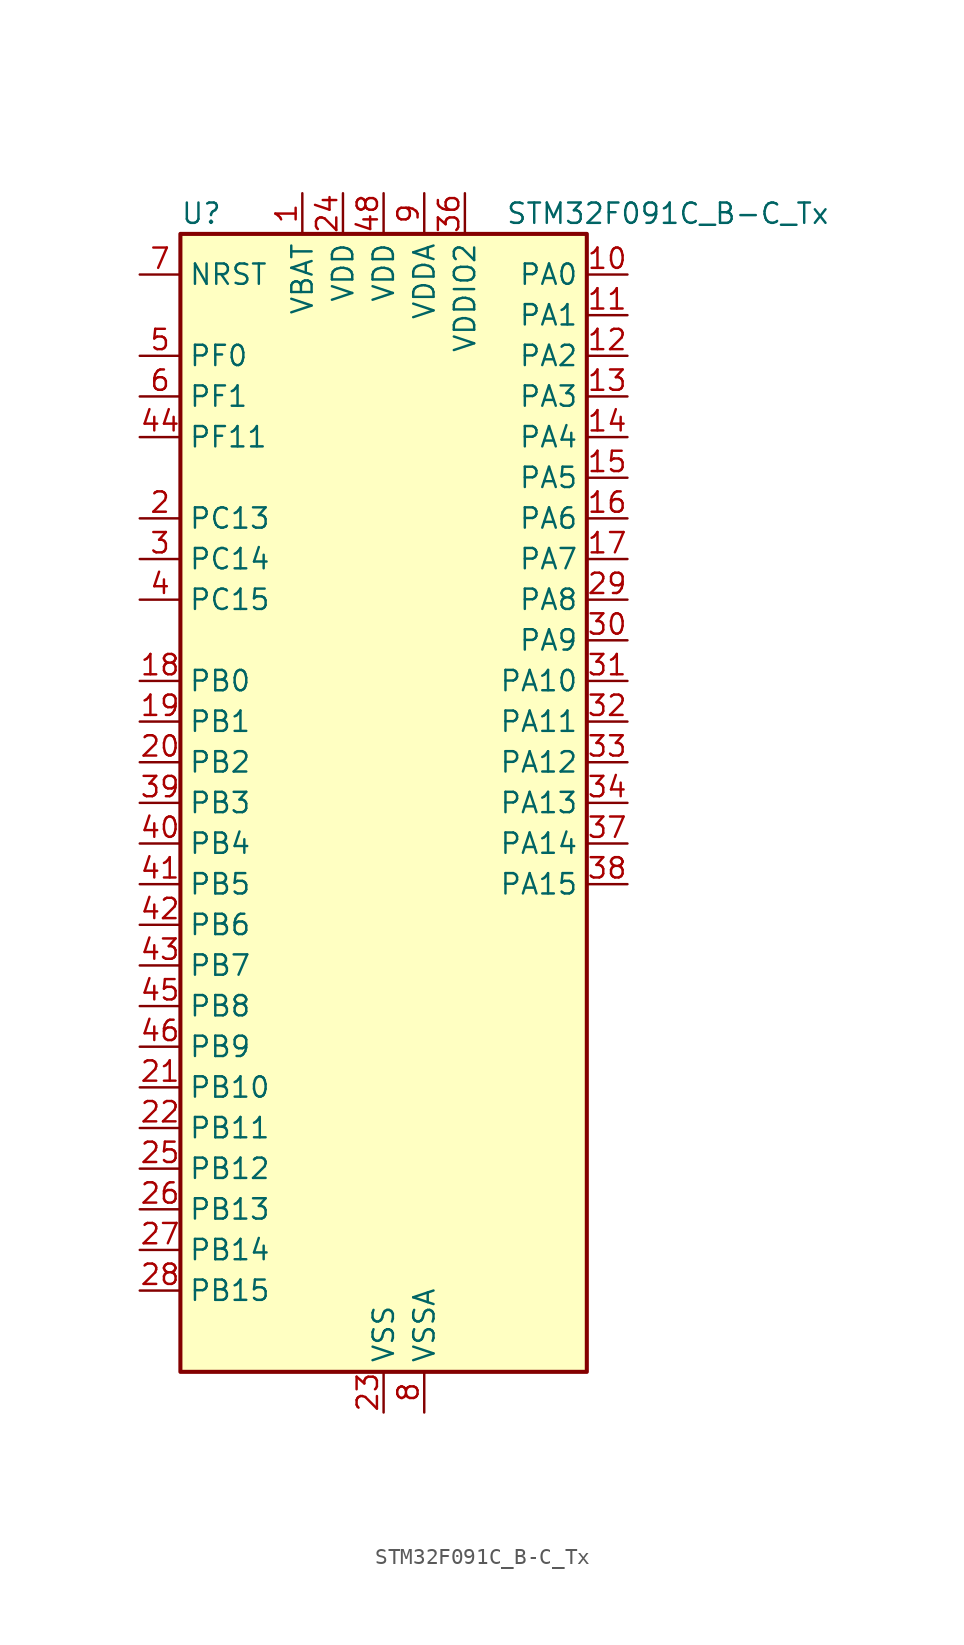
<source format=kicad_sym>
(kicad_symbol_lib
  (version 20231120)
  (generator "kicad_symbol_editor")
  (generator_version "8.0")
  (symbol "STM32F091C_B-C_Tx"
    (property "Reference" "U"
      (at -12.7 36.83 0)
      (effects (font (size 1.27 1.27)) (justify left)))
    (property "Value" "STM32F091C_B-C_Tx"
      (at 7.62 36.83 0)
      (effects (font (size 1.27 1.27)) (justify left)))
    (property "ki_locked" ""
      (at 0 0 0)
      (effects (font (size 1.27 1.27))))
    (symbol "STM32F091C_B-C_Tx_0_1"
      (rectangle (start -12.7 -35.56) (end 12.7 35.56) (stroke (width 0.254) (type default)) (fill (type background))))
    (symbol "STM32F091C_B-C_Tx_1_1"
      (pin power_in line (at -5.08 38.1 270) (length 2.54) (name "VBAT" (effects (font (size 1.27 1.27)))) (number "1" (effects (font (size 1.27 1.27)))))
      (pin bidirectional line (at 15.24 33.02 180) (length 2.54) (name "PA0" (effects (font (size 1.27 1.27)))) (number "10" (effects (font (size 1.27 1.27)))) (alternate "ADC_IN0" bidirectional line) (alternate "COMP1_INM" bidirectional line) (alternate "COMP1_OUT" bidirectional line) (alternate "RTC_TAMP2" bidirectional line) (alternate "SYS_WKUP1" bidirectional line) (alternate "TIM2_CH1" bidirectional line) (alternate "TIM2_ETR" bidirectional line) (alternate "TSC_G1_IO1" bidirectional line) (alternate "USART2_CTS" bidirectional line) (alternate "USART4_TX" bidirectional line))
      (pin bidirectional line (at 15.24 30.48 180) (length 2.54) (name "PA1" (effects (font (size 1.27 1.27)))) (number "11" (effects (font (size 1.27 1.27)))) (alternate "ADC_IN1" bidirectional line) (alternate "COMP1_INP" bidirectional line) (alternate "TIM15_CH1N" bidirectional line) (alternate "TIM2_CH2" bidirectional line) (alternate "TSC_G1_IO2" bidirectional line) (alternate "USART2_DE" bidirectional line) (alternate "USART2_RTS" bidirectional line) (alternate "USART4_RX" bidirectional line))
      (pin bidirectional line (at 15.24 27.94 180) (length 2.54) (name "PA2" (effects (font (size 1.27 1.27)))) (number "12" (effects (font (size 1.27 1.27)))) (alternate "ADC_IN2" bidirectional line) (alternate "COMP2_INM" bidirectional line) (alternate "COMP2_OUT" bidirectional line) (alternate "SYS_WKUP4" bidirectional line) (alternate "TIM15_CH1" bidirectional line) (alternate "TIM2_CH3" bidirectional line) (alternate "TSC_G1_IO3" bidirectional line) (alternate "USART2_TX" bidirectional line))
      (pin bidirectional line (at 15.24 25.4 180) (length 2.54) (name "PA3" (effects (font (size 1.27 1.27)))) (number "13" (effects (font (size 1.27 1.27)))) (alternate "ADC_IN3" bidirectional line) (alternate "COMP2_INP" bidirectional line) (alternate "TIM15_CH2" bidirectional line) (alternate "TIM2_CH4" bidirectional line) (alternate "TSC_G1_IO4" bidirectional line) (alternate "USART2_RX" bidirectional line))
      (pin bidirectional line (at 15.24 22.86 180) (length 2.54) (name "PA4" (effects (font (size 1.27 1.27)))) (number "14" (effects (font (size 1.27 1.27)))) (alternate "ADC_IN4" bidirectional line) (alternate "COMP1_INM" bidirectional line) (alternate "COMP2_INM" bidirectional line) (alternate "DAC_OUT1" bidirectional line) (alternate "I2S1_WS" bidirectional line) (alternate "SPI1_NSS" bidirectional line) (alternate "TIM14_CH1" bidirectional line) (alternate "TSC_G2_IO1" bidirectional line) (alternate "USART2_CK" bidirectional line) (alternate "USART6_TX" bidirectional line))
      (pin bidirectional line (at 15.24 20.32 180) (length 2.54) (name "PA5" (effects (font (size 1.27 1.27)))) (number "15" (effects (font (size 1.27 1.27)))) (alternate "ADC_IN5" bidirectional line) (alternate "CEC" bidirectional line) (alternate "COMP1_INM" bidirectional line) (alternate "COMP2_INM" bidirectional line) (alternate "DAC_OUT2" bidirectional line) (alternate "I2S1_CK" bidirectional line) (alternate "SPI1_SCK" bidirectional line) (alternate "TIM2_CH1" bidirectional line) (alternate "TIM2_ETR" bidirectional line) (alternate "TSC_G2_IO2" bidirectional line) (alternate "USART6_RX" bidirectional line))
      (pin bidirectional line (at 15.24 17.78 180) (length 2.54) (name "PA6" (effects (font (size 1.27 1.27)))) (number "16" (effects (font (size 1.27 1.27)))) (alternate "ADC_IN6" bidirectional line) (alternate "COMP1_OUT" bidirectional line) (alternate "I2S1_MCK" bidirectional line) (alternate "SPI1_MISO" bidirectional line) (alternate "TIM16_CH1" bidirectional line) (alternate "TIM1_BKIN" bidirectional line) (alternate "TIM3_CH1" bidirectional line) (alternate "TSC_G2_IO3" bidirectional line) (alternate "USART3_CTS" bidirectional line))
      (pin bidirectional line (at 15.24 15.24 180) (length 2.54) (name "PA7" (effects (font (size 1.27 1.27)))) (number "17" (effects (font (size 1.27 1.27)))) (alternate "ADC_IN7" bidirectional line) (alternate "COMP2_OUT" bidirectional line) (alternate "I2S1_SD" bidirectional line) (alternate "SPI1_MOSI" bidirectional line) (alternate "TIM14_CH1" bidirectional line) (alternate "TIM17_CH1" bidirectional line) (alternate "TIM1_CH1N" bidirectional line) (alternate "TIM3_CH2" bidirectional line) (alternate "TSC_G2_IO4" bidirectional line))
      (pin bidirectional line (at -15.24 7.62 0) (length 2.54) (name "PB0" (effects (font (size 1.27 1.27)))) (number "18" (effects (font (size 1.27 1.27)))) (alternate "ADC_IN8" bidirectional line) (alternate "TIM1_CH2N" bidirectional line) (alternate "TIM3_CH3" bidirectional line) (alternate "TSC_G3_IO2" bidirectional line) (alternate "USART3_CK" bidirectional line))
      (pin bidirectional line (at -15.24 5.08 0) (length 2.54) (name "PB1" (effects (font (size 1.27 1.27)))) (number "19" (effects (font (size 1.27 1.27)))) (alternate "ADC_IN9" bidirectional line) (alternate "TIM14_CH1" bidirectional line) (alternate "TIM1_CH3N" bidirectional line) (alternate "TIM3_CH4" bidirectional line) (alternate "TSC_G3_IO3" bidirectional line) (alternate "USART3_DE" bidirectional line) (alternate "USART3_RTS" bidirectional line))
      (pin bidirectional line (at -15.24 17.78 0) (length 2.54) (name "PC13" (effects (font (size 1.27 1.27)))) (number "2" (effects (font (size 1.27 1.27)))) (alternate "RTC_OUT_ALARM" bidirectional line) (alternate "RTC_OUT_CALIB" bidirectional line) (alternate "RTC_TAMP1" bidirectional line) (alternate "RTC_TS" bidirectional line) (alternate "SYS_WKUP2" bidirectional line))
      (pin bidirectional line (at -15.24 2.54 0) (length 2.54) (name "PB2" (effects (font (size 1.27 1.27)))) (number "20" (effects (font (size 1.27 1.27)))) (alternate "TSC_G3_IO4" bidirectional line))
      (pin bidirectional line (at -15.24 -17.78 0) (length 2.54) (name "PB10" (effects (font (size 1.27 1.27)))) (number "21" (effects (font (size 1.27 1.27)))) (alternate "CEC" bidirectional line) (alternate "I2C2_SCL" bidirectional line) (alternate "I2S2_CK" bidirectional line) (alternate "SPI2_SCK" bidirectional line) (alternate "TIM2_CH3" bidirectional line) (alternate "TSC_SYNC" bidirectional line) (alternate "USART3_TX" bidirectional line))
      (pin bidirectional line (at -15.24 -20.32 0) (length 2.54) (name "PB11" (effects (font (size 1.27 1.27)))) (number "22" (effects (font (size 1.27 1.27)))) (alternate "I2C2_SDA" bidirectional line) (alternate "TIM2_CH4" bidirectional line) (alternate "TSC_G6_IO1" bidirectional line) (alternate "USART3_RX" bidirectional line))
      (pin power_in line (at 0 -38.1 90) (length 2.54) (name "VSS" (effects (font (size 1.27 1.27)))) (number "23" (effects (font (size 1.27 1.27)))))
      (pin power_in line (at -2.54 38.1 270) (length 2.54) (name "VDD" (effects (font (size 1.27 1.27)))) (number "24" (effects (font (size 1.27 1.27)))))
      (pin bidirectional line (at -15.24 -22.86 0) (length 2.54) (name "PB12" (effects (font (size 1.27 1.27)))) (number "25" (effects (font (size 1.27 1.27)))) (alternate "I2S2_WS" bidirectional line) (alternate "SPI2_NSS" bidirectional line) (alternate "TIM15_BKIN" bidirectional line) (alternate "TIM1_BKIN" bidirectional line) (alternate "TSC_G6_IO2" bidirectional line) (alternate "USART3_CK" bidirectional line))
      (pin bidirectional line (at -15.24 -25.4 0) (length 2.54) (name "PB13" (effects (font (size 1.27 1.27)))) (number "26" (effects (font (size 1.27 1.27)))) (alternate "I2C2_SCL" bidirectional line) (alternate "I2S2_CK" bidirectional line) (alternate "SPI2_SCK" bidirectional line) (alternate "TIM1_CH1N" bidirectional line) (alternate "TSC_G6_IO3" bidirectional line) (alternate "USART3_CTS" bidirectional line))
      (pin bidirectional line (at -15.24 -27.94 0) (length 2.54) (name "PB14" (effects (font (size 1.27 1.27)))) (number "27" (effects (font (size 1.27 1.27)))) (alternate "I2C2_SDA" bidirectional line) (alternate "I2S2_MCK" bidirectional line) (alternate "SPI2_MISO" bidirectional line) (alternate "TIM15_CH1" bidirectional line) (alternate "TIM1_CH2N" bidirectional line) (alternate "TSC_G6_IO4" bidirectional line) (alternate "USART3_DE" bidirectional line) (alternate "USART3_RTS" bidirectional line))
      (pin bidirectional line (at -15.24 -30.48 0) (length 2.54) (name "PB15" (effects (font (size 1.27 1.27)))) (number "28" (effects (font (size 1.27 1.27)))) (alternate "I2S2_SD" bidirectional line) (alternate "RTC_REFIN" bidirectional line) (alternate "SPI2_MOSI" bidirectional line) (alternate "SYS_WKUP7" bidirectional line) (alternate "TIM15_CH1N" bidirectional line) (alternate "TIM15_CH2" bidirectional line) (alternate "TIM1_CH3N" bidirectional line))
      (pin bidirectional line (at 15.24 12.7 180) (length 2.54) (name "PA8" (effects (font (size 1.27 1.27)))) (number "29" (effects (font (size 1.27 1.27)))) (alternate "CRS_SYNC" bidirectional line) (alternate "RCC_MCO" bidirectional line) (alternate "TIM1_CH1" bidirectional line) (alternate "USART1_CK" bidirectional line))
      (pin bidirectional line (at -15.24 15.24 0) (length 2.54) (name "PC14" (effects (font (size 1.27 1.27)))) (number "3" (effects (font (size 1.27 1.27)))) (alternate "RCC_OSC32_IN" bidirectional line))
      (pin bidirectional line (at 15.24 10.16 180) (length 2.54) (name "PA9" (effects (font (size 1.27 1.27)))) (number "30" (effects (font (size 1.27 1.27)))) (alternate "DAC_EXTI9" bidirectional line) (alternate "I2C1_SCL" bidirectional line) (alternate "RCC_MCO" bidirectional line) (alternate "TIM15_BKIN" bidirectional line) (alternate "TIM1_CH2" bidirectional line) (alternate "TSC_G4_IO1" bidirectional line) (alternate "USART1_TX" bidirectional line))
      (pin bidirectional line (at 15.24 7.62 180) (length 2.54) (name "PA10" (effects (font (size 1.27 1.27)))) (number "31" (effects (font (size 1.27 1.27)))) (alternate "I2C1_SDA" bidirectional line) (alternate "TIM17_BKIN" bidirectional line) (alternate "TIM1_CH3" bidirectional line) (alternate "TSC_G4_IO2" bidirectional line) (alternate "USART1_RX" bidirectional line))
      (pin bidirectional line (at 15.24 5.08 180) (length 2.54) (name "PA11" (effects (font (size 1.27 1.27)))) (number "32" (effects (font (size 1.27 1.27)))) (alternate "CAN_RX" bidirectional line) (alternate "COMP1_OUT" bidirectional line) (alternate "I2C2_SCL" bidirectional line) (alternate "TIM1_CH4" bidirectional line) (alternate "TSC_G4_IO3" bidirectional line) (alternate "USART1_CTS" bidirectional line))
      (pin bidirectional line (at 15.24 2.54 180) (length 2.54) (name "PA12" (effects (font (size 1.27 1.27)))) (number "33" (effects (font (size 1.27 1.27)))) (alternate "CAN_TX" bidirectional line) (alternate "COMP2_OUT" bidirectional line) (alternate "I2C2_SDA" bidirectional line) (alternate "TIM1_ETR" bidirectional line) (alternate "TSC_G4_IO4" bidirectional line) (alternate "USART1_DE" bidirectional line) (alternate "USART1_RTS" bidirectional line))
      (pin bidirectional line (at 15.24 0 180) (length 2.54) (name "PA13" (effects (font (size 1.27 1.27)))) (number "34" (effects (font (size 1.27 1.27)))) (alternate "IR_OUT" bidirectional line) (alternate "SYS_SWDIO" bidirectional line))
      (pin passive line (at 0 -38.1 90) (length 2.54) hide (name "VSS" (effects (font (size 1.27 1.27)))) (number "35" (effects (font (size 1.27 1.27)))))
      (pin power_in line (at 5.08 38.1 270) (length 2.54) (name "VDDIO2" (effects (font (size 1.27 1.27)))) (number "36" (effects (font (size 1.27 1.27)))))
      (pin bidirectional line (at 15.24 -2.54 180) (length 2.54) (name "PA14" (effects (font (size 1.27 1.27)))) (number "37" (effects (font (size 1.27 1.27)))) (alternate "SYS_SWCLK" bidirectional line) (alternate "USART2_TX" bidirectional line))
      (pin bidirectional line (at 15.24 -5.08 180) (length 2.54) (name "PA15" (effects (font (size 1.27 1.27)))) (number "38" (effects (font (size 1.27 1.27)))) (alternate "I2S1_WS" bidirectional line) (alternate "SPI1_NSS" bidirectional line) (alternate "TIM2_CH1" bidirectional line) (alternate "TIM2_ETR" bidirectional line) (alternate "USART2_RX" bidirectional line) (alternate "USART4_DE" bidirectional line) (alternate "USART4_RTS" bidirectional line))
      (pin bidirectional line (at -15.24 0 0) (length 2.54) (name "PB3" (effects (font (size 1.27 1.27)))) (number "39" (effects (font (size 1.27 1.27)))) (alternate "I2S1_CK" bidirectional line) (alternate "SPI1_SCK" bidirectional line) (alternate "TIM2_CH2" bidirectional line) (alternate "TSC_G5_IO1" bidirectional line) (alternate "USART5_TX" bidirectional line))
      (pin bidirectional line (at -15.24 12.7 0) (length 2.54) (name "PC15" (effects (font (size 1.27 1.27)))) (number "4" (effects (font (size 1.27 1.27)))) (alternate "RCC_OSC32_OUT" bidirectional line))
      (pin bidirectional line (at -15.24 -2.54 0) (length 2.54) (name "PB4" (effects (font (size 1.27 1.27)))) (number "40" (effects (font (size 1.27 1.27)))) (alternate "I2S1_MCK" bidirectional line) (alternate "SPI1_MISO" bidirectional line) (alternate "TIM17_BKIN" bidirectional line) (alternate "TIM3_CH1" bidirectional line) (alternate "TSC_G5_IO2" bidirectional line) (alternate "USART5_RX" bidirectional line))
      (pin bidirectional line (at -15.24 -5.08 0) (length 2.54) (name "PB5" (effects (font (size 1.27 1.27)))) (number "41" (effects (font (size 1.27 1.27)))) (alternate "I2C1_SMBA" bidirectional line) (alternate "I2S1_SD" bidirectional line) (alternate "SPI1_MOSI" bidirectional line) (alternate "SYS_WKUP6" bidirectional line) (alternate "TIM16_BKIN" bidirectional line) (alternate "TIM3_CH2" bidirectional line) (alternate "USART5_CK" bidirectional line) (alternate "USART5_DE" bidirectional line) (alternate "USART5_RTS" bidirectional line))
      (pin bidirectional line (at -15.24 -7.62 0) (length 2.54) (name "PB6" (effects (font (size 1.27 1.27)))) (number "42" (effects (font (size 1.27 1.27)))) (alternate "I2C1_SCL" bidirectional line) (alternate "TIM16_CH1N" bidirectional line) (alternate "TSC_G5_IO3" bidirectional line) (alternate "USART1_TX" bidirectional line))
      (pin bidirectional line (at -15.24 -10.16 0) (length 2.54) (name "PB7" (effects (font (size 1.27 1.27)))) (number "43" (effects (font (size 1.27 1.27)))) (alternate "I2C1_SDA" bidirectional line) (alternate "TIM17_CH1N" bidirectional line) (alternate "TSC_G5_IO4" bidirectional line) (alternate "USART1_RX" bidirectional line) (alternate "USART4_CTS" bidirectional line))
      (pin bidirectional line (at -15.24 22.86 0) (length 2.54) (name "PF11" (effects (font (size 1.27 1.27)))) (number "44" (effects (font (size 1.27 1.27)))))
      (pin bidirectional line (at -15.24 -12.7 0) (length 2.54) (name "PB8" (effects (font (size 1.27 1.27)))) (number "45" (effects (font (size 1.27 1.27)))) (alternate "CAN_RX" bidirectional line) (alternate "CEC" bidirectional line) (alternate "I2C1_SCL" bidirectional line) (alternate "TIM16_CH1" bidirectional line) (alternate "TSC_SYNC" bidirectional line))
      (pin bidirectional line (at -15.24 -15.24 0) (length 2.54) (name "PB9" (effects (font (size 1.27 1.27)))) (number "46" (effects (font (size 1.27 1.27)))) (alternate "CAN_TX" bidirectional line) (alternate "DAC_EXTI9" bidirectional line) (alternate "I2C1_SDA" bidirectional line) (alternate "I2S2_WS" bidirectional line) (alternate "IR_OUT" bidirectional line) (alternate "SPI2_NSS" bidirectional line) (alternate "TIM17_CH1" bidirectional line))
      (pin passive line (at 0 -38.1 90) (length 2.54) hide (name "VSS" (effects (font (size 1.27 1.27)))) (number "47" (effects (font (size 1.27 1.27)))))
      (pin power_in line (at 0 38.1 270) (length 2.54) (name "VDD" (effects (font (size 1.27 1.27)))) (number "48" (effects (font (size 1.27 1.27)))))
      (pin bidirectional line (at -15.24 27.94 0) (length 2.54) (name "PF0" (effects (font (size 1.27 1.27)))) (number "5" (effects (font (size 1.27 1.27)))) (alternate "CRS_SYNC" bidirectional line) (alternate "I2C1_SDA" bidirectional line) (alternate "RCC_OSC_IN" bidirectional line))
      (pin bidirectional line (at -15.24 25.4 0) (length 2.54) (name "PF1" (effects (font (size 1.27 1.27)))) (number "6" (effects (font (size 1.27 1.27)))) (alternate "I2C1_SCL" bidirectional line) (alternate "RCC_OSC_OUT" bidirectional line))
      (pin input line (at -15.24 33.02 0) (length 2.54) (name "NRST" (effects (font (size 1.27 1.27)))) (number "7" (effects (font (size 1.27 1.27)))))
      (pin power_in line (at 2.54 -38.1 90) (length 2.54) (name "VSSA" (effects (font (size 1.27 1.27)))) (number "8" (effects (font (size 1.27 1.27)))))
      (pin power_in line (at 2.54 38.1 270) (length 2.54) (name "VDDA" (effects (font (size 1.27 1.27)))) (number "9" (effects (font (size 1.27 1.27))))))))
</source>
